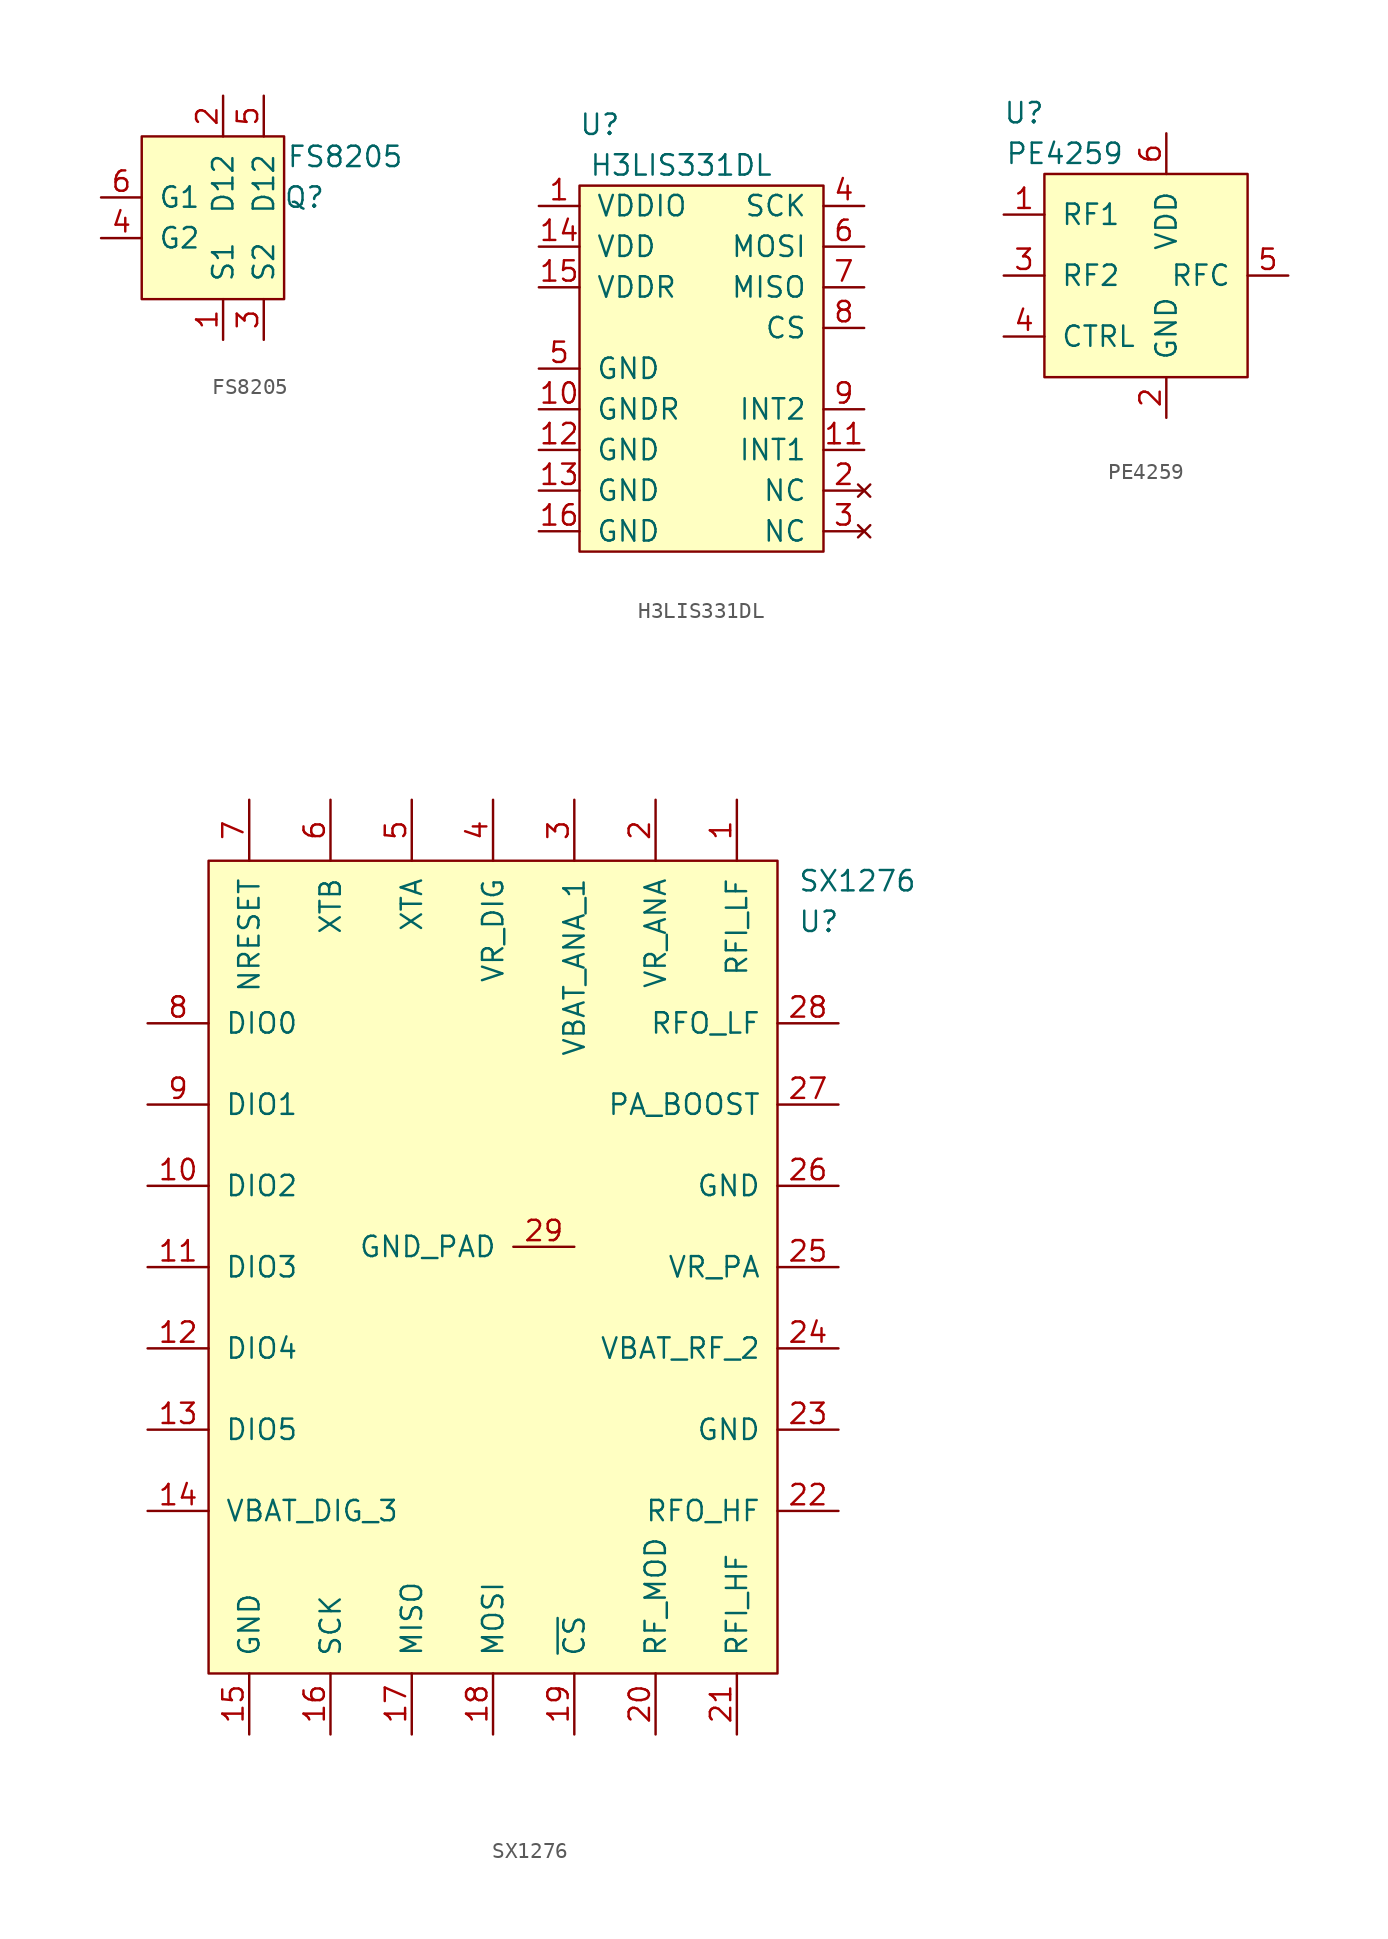
<source format=kicad_sym>
(kicad_symbol_lib
  (version 20211014)
  (generator kicad_symbol_editor)
  (symbol "FS8205"
    (pin_names
      (offset 1.016))
    (property "Reference" "Q"
      (at 10.16 1.27 0)
      (effects (font (size 1.27 1.27))))
    (property "Value" "FS8205"
      (at 12.7 3.81 0)
      (effects (font (size 1.27 1.27))))
    (symbol "FS8205_0_1"
      (rectangle (start 0 5.08) (end 8.89 -5.08) (stroke (width 0) (type default) (color 0 0 0 0)) (fill (type background))))
    (symbol "FS8205_1_1"
      (pin power_out line (at 5.08 -7.62 90) (length 2.54) (name "S1" (effects (font (size 1.27 1.27)))) (number "1" (effects (font (size 1.27 1.27)))))
      (pin power_in line (at 5.08 7.62 270) (length 2.54) (name "D12" (effects (font (size 1.27 1.27)))) (number "2" (effects (font (size 1.27 1.27)))))
      (pin power_out line (at 7.62 -7.62 90) (length 2.54) (name "S2" (effects (font (size 1.27 1.27)))) (number "3" (effects (font (size 1.27 1.27)))))
      (pin input line (at -2.54 -1.27 0) (length 2.54) (name "G2" (effects (font (size 1.27 1.27)))) (number "4" (effects (font (size 1.27 1.27)))))
      (pin power_in line (at 7.62 7.62 270) (length 2.54) (name "D12" (effects (font (size 1.27 1.27)))) (number "5" (effects (font (size 1.27 1.27)))))
      (pin input line (at -2.54 1.27 0) (length 2.54) (name "G1" (effects (font (size 1.27 1.27)))) (number "6" (effects (font (size 1.27 1.27)))))))
  (symbol "H3LIS331DL"
    (pin_names
      (offset 1.016))
    (property "Reference" "U"
      (at -6.35 15.24 0)
      (effects (font (size 1.27 1.27))))
    (property "Value" "H3LIS331DL"
      (at -1.27 12.7 0)
      (effects (font (size 1.27 1.27))))
    (symbol "H3LIS331DL_0_1"
      (rectangle (start -7.62 11.43) (end 7.62 -11.43) (stroke (width 0) (type default) (color 0 0 0 0)) (fill (type background))))
    (symbol "H3LIS331DL_1_1"
      (pin power_in line (at -10.16 10.16 0) (length 2.54) (name "VDDIO" (effects (font (size 1.27 1.27)))) (number "1" (effects (font (size 1.27 1.27)))))
      (pin power_in line (at -10.16 -2.54 0) (length 2.54) (name "GNDR" (effects (font (size 1.27 1.27)))) (number "10" (effects (font (size 1.27 1.27)))))
      (pin output line (at 10.16 -5.08 180) (length 2.54) (name "INT1" (effects (font (size 1.27 1.27)))) (number "11" (effects (font (size 1.27 1.27)))))
      (pin power_in line (at -10.16 -5.08 0) (length 2.54) (name "GND" (effects (font (size 1.27 1.27)))) (number "12" (effects (font (size 1.27 1.27)))))
      (pin power_in line (at -10.16 -7.62 0) (length 2.54) (name "GND" (effects (font (size 1.27 1.27)))) (number "13" (effects (font (size 1.27 1.27)))))
      (pin power_in line (at -10.16 7.62 0) (length 2.54) (name "VDD" (effects (font (size 1.27 1.27)))) (number "14" (effects (font (size 1.27 1.27)))))
      (pin power_in line (at -10.16 5.08 0) (length 2.54) (name "VDDR" (effects (font (size 1.27 1.27)))) (number "15" (effects (font (size 1.27 1.27)))))
      (pin power_in line (at -10.16 -10.16 0) (length 2.54) (name "GND" (effects (font (size 1.27 1.27)))) (number "16" (effects (font (size 1.27 1.27)))))
      (pin no_connect line (at 10.16 -7.62 180) (length 2.54) (name "NC" (effects (font (size 1.27 1.27)))) (number "2" (effects (font (size 1.27 1.27)))))
      (pin no_connect line (at 10.16 -10.16 180) (length 2.54) (name "NC" (effects (font (size 1.27 1.27)))) (number "3" (effects (font (size 1.27 1.27)))))
      (pin input line (at 10.16 10.16 180) (length 2.54) (name "SCK" (effects (font (size 1.27 1.27)))) (number "4" (effects (font (size 1.27 1.27)))))
      (pin power_in line (at -10.16 0 0) (length 2.54) (name "GND" (effects (font (size 1.27 1.27)))) (number "5" (effects (font (size 1.27 1.27)))))
      (pin input line (at 10.16 7.62 180) (length 2.54) (name "MOSI" (effects (font (size 1.27 1.27)))) (number "6" (effects (font (size 1.27 1.27)))))
      (pin output line (at 10.16 5.08 180) (length 2.54) (name "MISO" (effects (font (size 1.27 1.27)))) (number "7" (effects (font (size 1.27 1.27)))))
      (pin output line (at 10.16 2.54 180) (length 2.54) (name "CS" (effects (font (size 1.27 1.27)))) (number "8" (effects (font (size 1.27 1.27)))))
      (pin output line (at 10.16 -2.54 180) (length 2.54) (name "INT2" (effects (font (size 1.27 1.27)))) (number "9" (effects (font (size 1.27 1.27)))))))
  (symbol "PE4259"
    (pin_names
      (offset 1.016))
    (property "Reference" "U"
      (at -7.62 10.16 0)
      (effects (font (size 1.27 1.27))))
    (property "Value" "PE4259"
      (at -5.08 7.62 0)
      (effects (font (size 1.27 1.27))))
    (symbol "PE4259_0_1"
      (rectangle (start -6.35 6.35) (end 6.35 -6.35) (stroke (width 0) (type default) (color 0 0 0 0)) (fill (type background))))
    (symbol "PE4259_1_1"
      (pin input line (at -8.89 3.81 0) (length 2.54) (name "RF1" (effects (font (size 1.27 1.27)))) (number "1" (effects (font (size 1.27 1.27)))))
      (pin power_in line (at 1.27 -8.89 90) (length 2.54) (name "GND" (effects (font (size 1.27 1.27)))) (number "2" (effects (font (size 1.27 1.27)))))
      (pin input line (at -8.89 0 0) (length 2.54) (name "RF2" (effects (font (size 1.27 1.27)))) (number "3" (effects (font (size 1.27 1.27)))))
      (pin input line (at -8.89 -3.81 0) (length 2.54) (name "CTRL" (effects (font (size 1.27 1.27)))) (number "4" (effects (font (size 1.27 1.27)))))
      (pin output line (at 8.89 0 180) (length 2.54) (name "RFC" (effects (font (size 1.27 1.27)))) (number "5" (effects (font (size 1.27 1.27)))))
      (pin power_in line (at 1.27 8.89 270) (length 2.54) (name "VDD" (effects (font (size 1.27 1.27)))) (number "6" (effects (font (size 1.27 1.27)))))))
  (symbol "SX1276"
    (pin_names
      (offset 1.016))
    (property "Reference" "U"
      (at 19.05 21.59 0)
      (effects (font (size 1.27 1.27)) (justify left)))
    (property "Value" "SX1276"
      (at 19.05 24.13 0)
      (effects (font (size 1.27 1.27)) (justify left)))
    (symbol "SX1276_0_1"
      (rectangle (start -17.78 25.4) (end 17.78 -25.4) (stroke (width 0) (type default) (color 0 0 0 0)) (fill (type background))))
    (symbol "SX1276_1_1"
      (pin output line (at 15.24 29.21 270) (length 3.81) (name "RFI_LF" (effects (font (size 1.27 1.27)))) (number "1" (effects (font (size 1.27 1.27)))))
      (pin bidirectional line (at -21.59 5.08 0) (length 3.81) (name "DIO2" (effects (font (size 1.27 1.27)))) (number "10" (effects (font (size 1.27 1.27)))))
      (pin bidirectional line (at -21.59 0 0) (length 3.81) (name "DIO3" (effects (font (size 1.27 1.27)))) (number "11" (effects (font (size 1.27 1.27)))))
      (pin bidirectional line (at -21.59 -5.08 0) (length 3.81) (name "DIO4" (effects (font (size 1.27 1.27)))) (number "12" (effects (font (size 1.27 1.27)))))
      (pin bidirectional line (at -21.59 -10.16 0) (length 3.81) (name "DIO5" (effects (font (size 1.27 1.27)))) (number "13" (effects (font (size 1.27 1.27)))))
      (pin power_in line (at -21.59 -15.24 0) (length 3.81) (name "VBAT_DIG_3" (effects (font (size 1.27 1.27)))) (number "14" (effects (font (size 1.27 1.27)))))
      (pin power_in line (at -15.24 -29.21 90) (length 3.81) (name "GND" (effects (font (size 1.27 1.27)))) (number "15" (effects (font (size 1.27 1.27)))))
      (pin input line (at -10.16 -29.21 90) (length 3.81) (name "SCK" (effects (font (size 1.27 1.27)))) (number "16" (effects (font (size 1.27 1.27)))))
      (pin output line (at -5.08 -29.21 90) (length 3.81) (name "MISO" (effects (font (size 1.27 1.27)))) (number "17" (effects (font (size 1.27 1.27)))))
      (pin input line (at 0 -29.21 90) (length 3.81) (name "MOSI" (effects (font (size 1.27 1.27)))) (number "18" (effects (font (size 1.27 1.27)))))
      (pin input line (at 5.08 -29.21 90) (length 3.81) (name "~{CS}" (effects (font (size 1.27 1.27)))) (number "19" (effects (font (size 1.27 1.27)))))
      (pin power_in line (at 10.16 29.21 270) (length 3.81) (name "VR_ANA" (effects (font (size 1.27 1.27)))) (number "2" (effects (font (size 1.27 1.27)))))
      (pin output line (at 10.16 -29.21 90) (length 3.81) (name "RF_MOD" (effects (font (size 1.27 1.27)))) (number "20" (effects (font (size 1.27 1.27)))))
      (pin output line (at 15.24 -29.21 90) (length 3.81) (name "RFI_HF" (effects (font (size 1.27 1.27)))) (number "21" (effects (font (size 1.27 1.27)))))
      (pin input line (at 21.59 -15.24 180) (length 3.81) (name "RFO_HF" (effects (font (size 1.27 1.27)))) (number "22" (effects (font (size 1.27 1.27)))))
      (pin power_in line (at 21.59 -10.16 180) (length 3.81) (name "GND" (effects (font (size 1.27 1.27)))) (number "23" (effects (font (size 1.27 1.27)))))
      (pin power_in line (at 21.59 -5.08 180) (length 3.81) (name "VBAT_RF_2" (effects (font (size 1.27 1.27)))) (number "24" (effects (font (size 1.27 1.27)))))
      (pin power_in line (at 21.59 0 180) (length 3.81) (name "VR_PA" (effects (font (size 1.27 1.27)))) (number "25" (effects (font (size 1.27 1.27)))))
      (pin power_in line (at 21.59 5.08 180) (length 3.81) (name "GND" (effects (font (size 1.27 1.27)))) (number "26" (effects (font (size 1.27 1.27)))))
      (pin power_out line (at 21.59 10.16 180) (length 3.81) (name "PA_BOOST" (effects (font (size 1.27 1.27)))) (number "27" (effects (font (size 1.27 1.27)))))
      (pin input line (at 21.59 15.24 180) (length 3.81) (name "RFO_LF" (effects (font (size 1.27 1.27)))) (number "28" (effects (font (size 1.27 1.27)))))
      (pin power_in line (at 5.08 1.27 180) (length 3.81) (name "GND_PAD" (effects (font (size 1.27 1.27)))) (number "29" (effects (font (size 1.27 1.27)))))
      (pin power_in line (at 5.08 29.21 270) (length 3.81) (name "VBAT_ANA_1" (effects (font (size 1.27 1.27)))) (number "3" (effects (font (size 1.27 1.27)))))
      (pin power_in line (at 0 29.21 270) (length 3.81) (name "VR_DIG" (effects (font (size 1.27 1.27)))) (number "4" (effects (font (size 1.27 1.27)))))
      (pin bidirectional line (at -5.08 29.21 270) (length 3.81) (name "XTA" (effects (font (size 1.27 1.27)))) (number "5" (effects (font (size 1.27 1.27)))))
      (pin bidirectional line (at -10.16 29.21 270) (length 3.81) (name "XTB" (effects (font (size 1.27 1.27)))) (number "6" (effects (font (size 1.27 1.27)))))
      (pin input line (at -15.24 29.21 270) (length 3.81) (name "NRESET" (effects (font (size 1.27 1.27)))) (number "7" (effects (font (size 1.27 1.27)))))
      (pin bidirectional line (at -21.59 15.24 0) (length 3.81) (name "DIO0" (effects (font (size 1.27 1.27)))) (number "8" (effects (font (size 1.27 1.27)))))
      (pin bidirectional line (at -21.59 10.16 0) (length 3.81) (name "DIO1" (effects (font (size 1.27 1.27)))) (number "9" (effects (font (size 1.27 1.27))))))))
</source>
